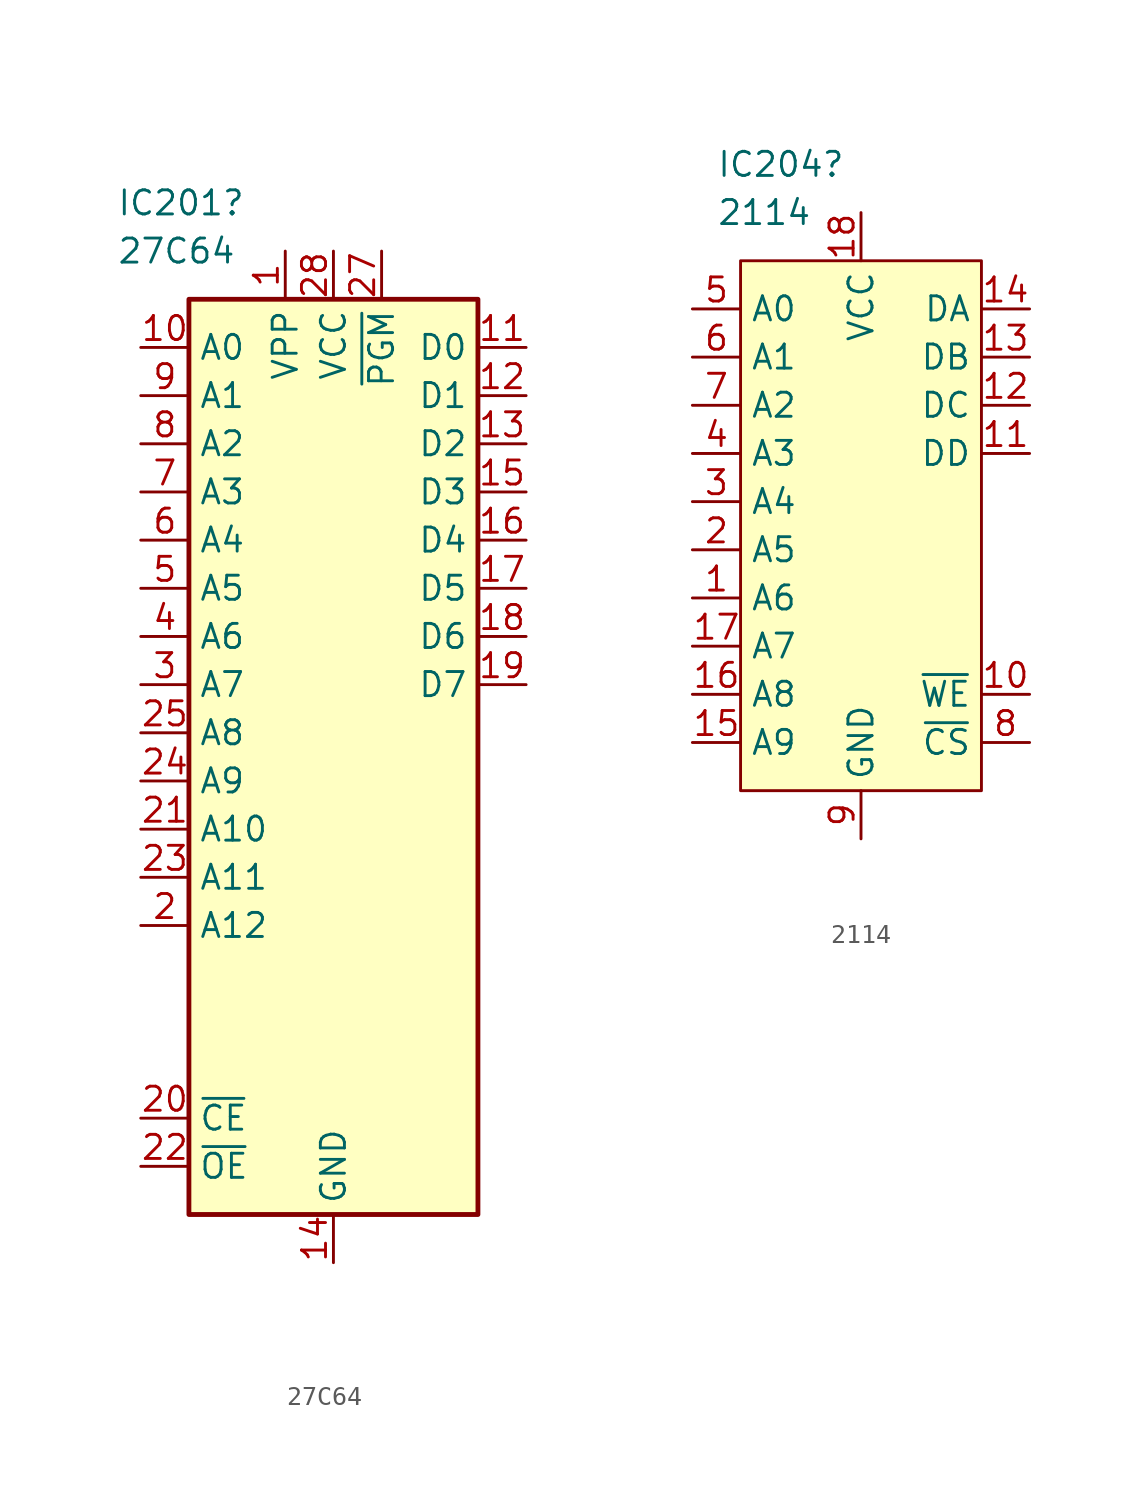
<source format=kicad_sym>
(kicad_symbol_lib
  (version 20211014)
  (generator kicad_symbol_editor)
  (symbol "27C64"
    (property "Reference" "IC201"
      (at -11.43 27.94 0)
      (effects (font (size 1.27 1.27)) (justify left)))
    (property "Value" "27C64"
      (at -11.43 25.4 0)
      (effects (font (size 1.27 1.27)) (justify left)))
    (symbol "27C64_1_1"
      (rectangle (start -7.62 22.86) (end 7.62 -25.4) (stroke (width 0.254) (type default) (color 0 0 0 0)) (fill (type background)))
      (pin input line (at -2.54 25.4 270) (length 2.54) (name "VPP" (effects (font (size 1.27 1.27)))) (number "1" (effects (font (size 1.27 1.27)))))
      (pin input line (at -10.16 20.32 0) (length 2.54) (name "A0" (effects (font (size 1.27 1.27)))) (number "10" (effects (font (size 1.27 1.27)))))
      (pin tri_state line (at 10.16 20.32 180) (length 2.54) (name "D0" (effects (font (size 1.27 1.27)))) (number "11" (effects (font (size 1.27 1.27)))))
      (pin tri_state line (at 10.16 17.78 180) (length 2.54) (name "D1" (effects (font (size 1.27 1.27)))) (number "12" (effects (font (size 1.27 1.27)))))
      (pin tri_state line (at 10.16 15.24 180) (length 2.54) (name "D2" (effects (font (size 1.27 1.27)))) (number "13" (effects (font (size 1.27 1.27)))))
      (pin power_in line (at 0 -27.94 90) (length 2.54) (name "GND" (effects (font (size 1.27 1.27)))) (number "14" (effects (font (size 1.27 1.27)))))
      (pin tri_state line (at 10.16 12.7 180) (length 2.54) (name "D3" (effects (font (size 1.27 1.27)))) (number "15" (effects (font (size 1.27 1.27)))))
      (pin tri_state line (at 10.16 10.16 180) (length 2.54) (name "D4" (effects (font (size 1.27 1.27)))) (number "16" (effects (font (size 1.27 1.27)))))
      (pin tri_state line (at 10.16 7.62 180) (length 2.54) (name "D5" (effects (font (size 1.27 1.27)))) (number "17" (effects (font (size 1.27 1.27)))))
      (pin tri_state line (at 10.16 5.08 180) (length 2.54) (name "D6" (effects (font (size 1.27 1.27)))) (number "18" (effects (font (size 1.27 1.27)))))
      (pin tri_state line (at 10.16 2.54 180) (length 2.54) (name "D7" (effects (font (size 1.27 1.27)))) (number "19" (effects (font (size 1.27 1.27)))))
      (pin input line (at -10.16 -10.16 0) (length 2.54) (name "A12" (effects (font (size 1.27 1.27)))) (number "2" (effects (font (size 1.27 1.27)))))
      (pin input line (at -10.16 -20.32 0) (length 2.54) (name "~{CE}" (effects (font (size 1.27 1.27)))) (number "20" (effects (font (size 1.27 1.27)))))
      (pin input line (at -10.16 -5.08 0) (length 2.54) (name "A10" (effects (font (size 1.27 1.27)))) (number "21" (effects (font (size 1.27 1.27)))))
      (pin input line (at -10.16 -22.86 0) (length 2.54) (name "~{OE}" (effects (font (size 1.27 1.27)))) (number "22" (effects (font (size 1.27 1.27)))))
      (pin input line (at -10.16 -7.62 0) (length 2.54) (name "A11" (effects (font (size 1.27 1.27)))) (number "23" (effects (font (size 1.27 1.27)))))
      (pin input line (at -10.16 -2.54 0) (length 2.54) (name "A9" (effects (font (size 1.27 1.27)))) (number "24" (effects (font (size 1.27 1.27)))))
      (pin input line (at -10.16 0 0) (length 2.54) (name "A8" (effects (font (size 1.27 1.27)))) (number "25" (effects (font (size 1.27 1.27)))))
      (pin no_connect line (at 7.62 0 180) (length 2.54) hide (name "NC" (effects (font (size 1.27 1.27)))) (number "26" (effects (font (size 1.27 1.27)))))
      (pin no_connect line (at 10.16 -22.86 180) (length 2.54) hide (name "NC" (effects (font (size 1.27 1.27)))) (number "26" (effects (font (size 1.27 1.27)))))
      (pin input line (at 2.54 25.4 270) (length 2.54) (name "~{PGM}" (effects (font (size 1.27 1.27)))) (number "27" (effects (font (size 1.27 1.27)))))
      (pin power_in line (at 0 25.4 270) (length 2.54) (name "VCC" (effects (font (size 1.27 1.27)))) (number "28" (effects (font (size 1.27 1.27)))))
      (pin input line (at -10.16 2.54 0) (length 2.54) (name "A7" (effects (font (size 1.27 1.27)))) (number "3" (effects (font (size 1.27 1.27)))))
      (pin input line (at -10.16 5.08 0) (length 2.54) (name "A6" (effects (font (size 1.27 1.27)))) (number "4" (effects (font (size 1.27 1.27)))))
      (pin input line (at -10.16 7.62 0) (length 2.54) (name "A5" (effects (font (size 1.27 1.27)))) (number "5" (effects (font (size 1.27 1.27)))))
      (pin input line (at -10.16 10.16 0) (length 2.54) (name "A4" (effects (font (size 1.27 1.27)))) (number "6" (effects (font (size 1.27 1.27)))))
      (pin input line (at -10.16 12.7 0) (length 2.54) (name "A3" (effects (font (size 1.27 1.27)))) (number "7" (effects (font (size 1.27 1.27)))))
      (pin input line (at -10.16 15.24 0) (length 2.54) (name "A2" (effects (font (size 1.27 1.27)))) (number "8" (effects (font (size 1.27 1.27)))))
      (pin input line (at -10.16 17.78 0) (length 2.54) (name "A1" (effects (font (size 1.27 1.27)))) (number "9" (effects (font (size 1.27 1.27)))))))
  (symbol "2114"
    (property "Reference" "IC204"
      (at -7.62 19.05 0)
      (effects (font (size 1.27 1.27)) (justify left)))
    (property "Value" "2114"
      (at -7.62 16.51 0)
      (effects (font (size 1.27 1.27)) (justify left)))
    (symbol "2114_0_1"
      (rectangle (start -6.35 13.97) (end 6.35 -13.97) (stroke (width 0) (type default) (color 0 0 0 0)) (fill (type background))))
    (symbol "2114_1_1"
      (pin input line (at -8.89 -3.81 0) (length 2.54) (name "A6" (effects (font (size 1.27 1.27)))) (number "1" (effects (font (size 1.27 1.27)))))
      (pin input line (at 8.89 -8.89 180) (length 2.54) (name "~{WE}" (effects (font (size 1.27 1.27)))) (number "10" (effects (font (size 1.27 1.27)))))
      (pin bidirectional line (at 8.89 3.81 180) (length 2.54) (name "DD" (effects (font (size 1.27 1.27)))) (number "11" (effects (font (size 1.27 1.27)))))
      (pin bidirectional line (at 8.89 6.35 180) (length 2.54) (name "DC" (effects (font (size 1.27 1.27)))) (number "12" (effects (font (size 1.27 1.27)))))
      (pin bidirectional line (at 8.89 8.89 180) (length 2.54) (name "DB" (effects (font (size 1.27 1.27)))) (number "13" (effects (font (size 1.27 1.27)))))
      (pin bidirectional line (at 8.89 11.43 180) (length 2.54) (name "DA" (effects (font (size 1.27 1.27)))) (number "14" (effects (font (size 1.27 1.27)))))
      (pin input line (at -8.89 -11.43 0) (length 2.54) (name "A9" (effects (font (size 1.27 1.27)))) (number "15" (effects (font (size 1.27 1.27)))))
      (pin input line (at -8.89 -8.89 0) (length 2.54) (name "A8" (effects (font (size 1.27 1.27)))) (number "16" (effects (font (size 1.27 1.27)))))
      (pin input line (at -8.89 -6.35 0) (length 2.54) (name "A7" (effects (font (size 1.27 1.27)))) (number "17" (effects (font (size 1.27 1.27)))))
      (pin power_in line (at 0 16.51 270) (length 2.54) (name "VCC" (effects (font (size 1.27 1.27)))) (number "18" (effects (font (size 1.27 1.27)))))
      (pin input line (at -8.89 -1.27 0) (length 2.54) (name "A5" (effects (font (size 1.27 1.27)))) (number "2" (effects (font (size 1.27 1.27)))))
      (pin input line (at -8.89 1.27 0) (length 2.54) (name "A4" (effects (font (size 1.27 1.27)))) (number "3" (effects (font (size 1.27 1.27)))))
      (pin input line (at -8.89 3.81 0) (length 2.54) (name "A3" (effects (font (size 1.27 1.27)))) (number "4" (effects (font (size 1.27 1.27)))))
      (pin input line (at -8.89 11.43 0) (length 2.54) (name "A0" (effects (font (size 1.27 1.27)))) (number "5" (effects (font (size 1.27 1.27)))))
      (pin input line (at -8.89 8.89 0) (length 2.54) (name "A1" (effects (font (size 1.27 1.27)))) (number "6" (effects (font (size 1.27 1.27)))))
      (pin input line (at -8.89 6.35 0) (length 2.54) (name "A2" (effects (font (size 1.27 1.27)))) (number "7" (effects (font (size 1.27 1.27)))))
      (pin input line (at 8.89 -11.43 180) (length 2.54) (name "~{CS}" (effects (font (size 1.27 1.27)))) (number "8" (effects (font (size 1.27 1.27)))))
      (pin power_in line (at 0 -16.51 90) (length 2.54) (name "GND" (effects (font (size 1.27 1.27)))) (number "9" (effects (font (size 1.27 1.27))))))))
</source>
